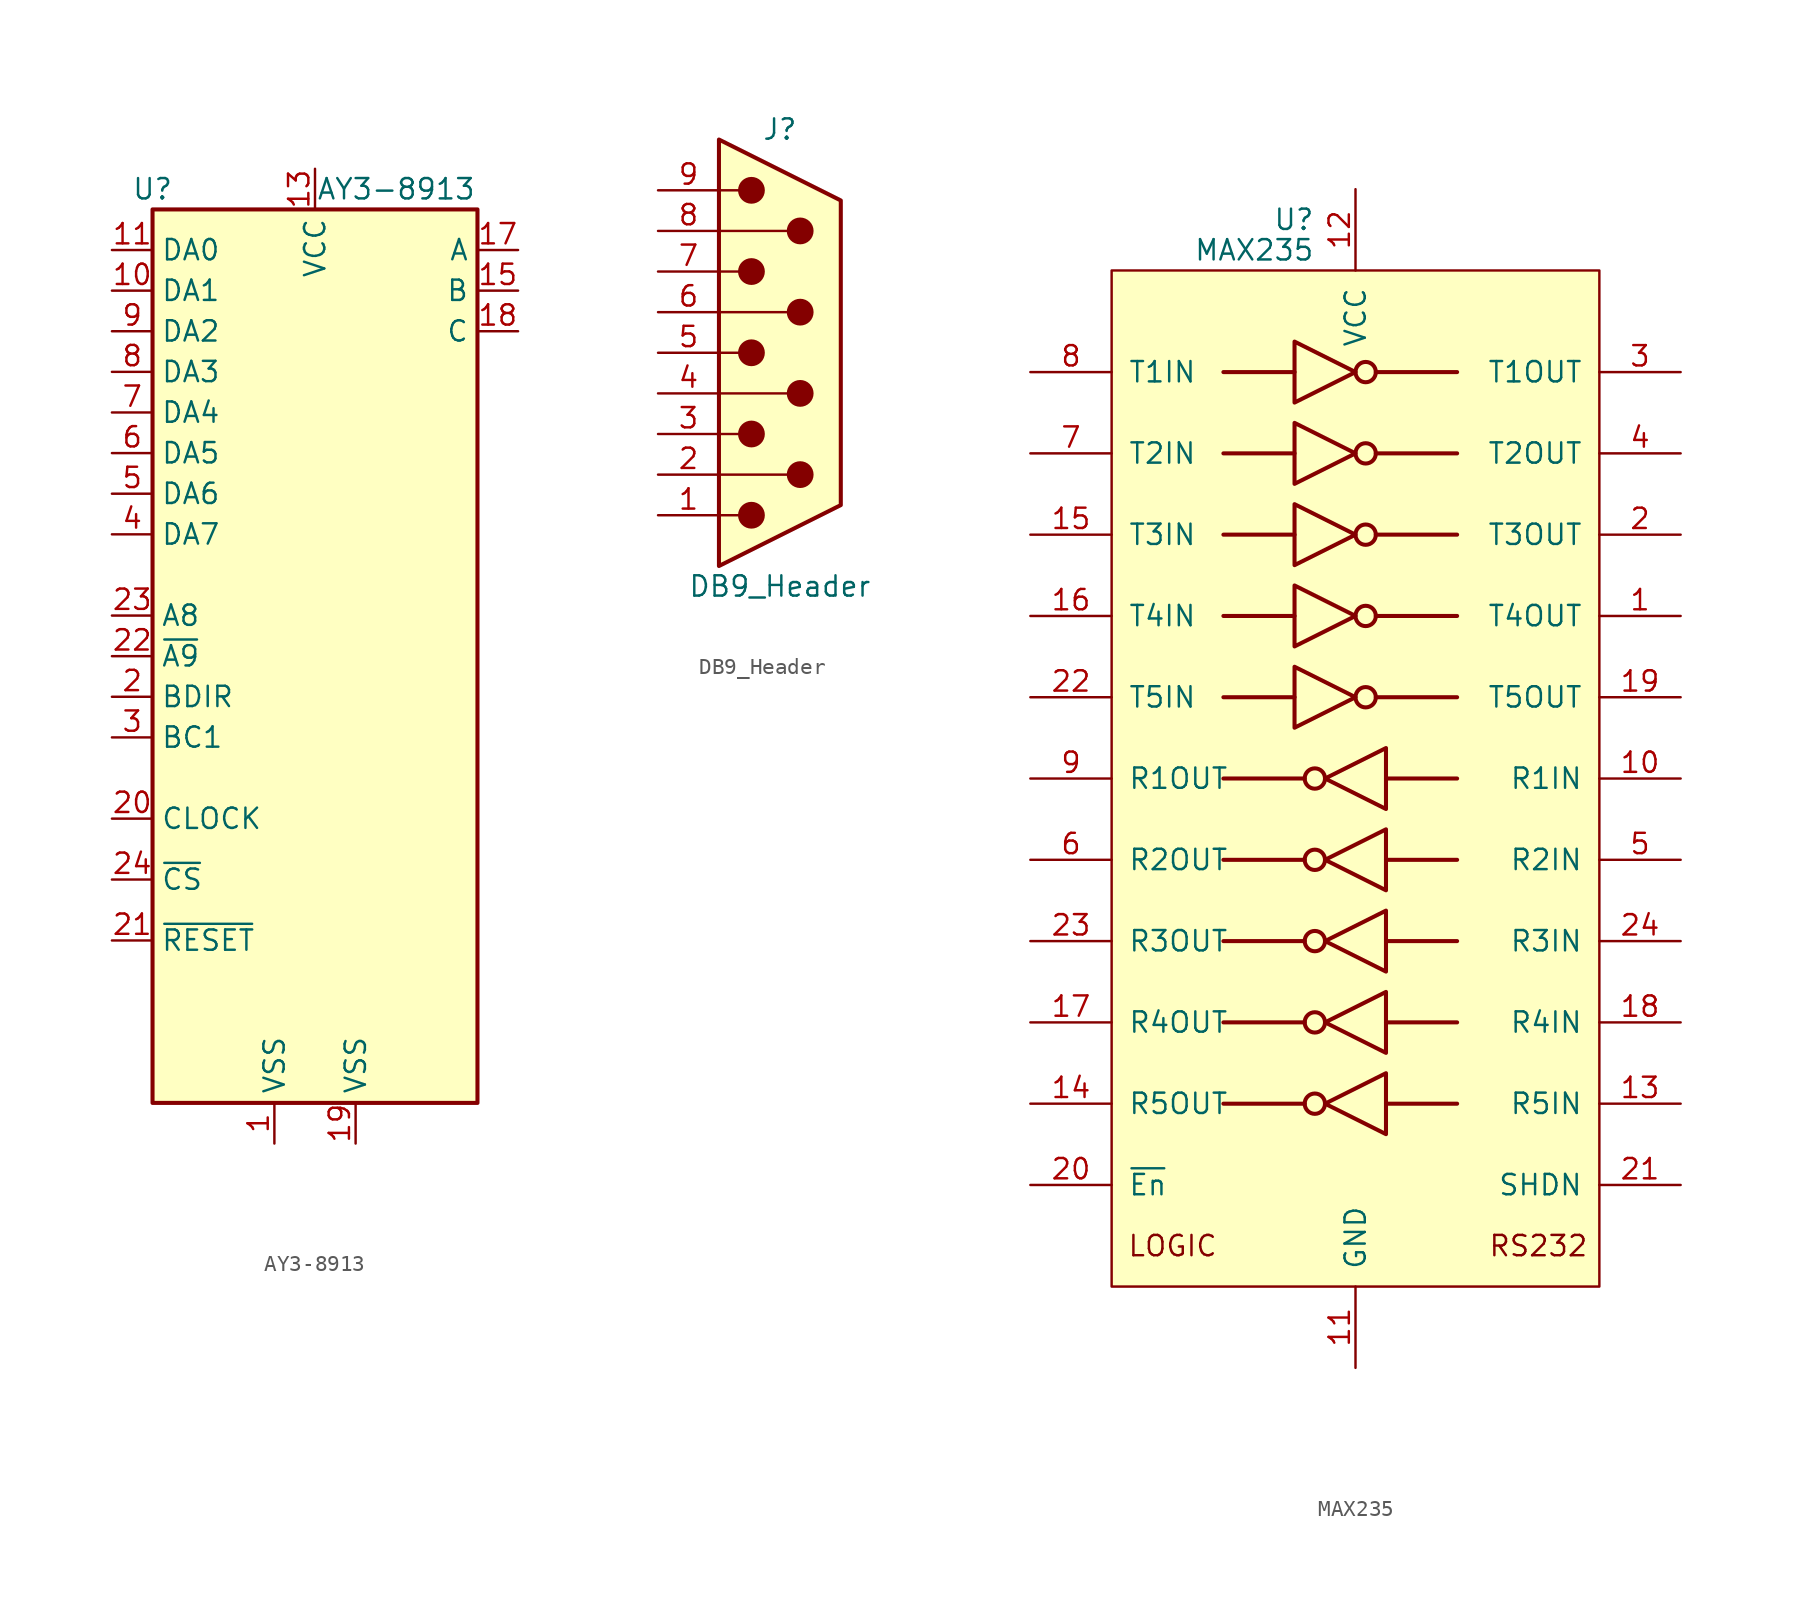
<source format=kicad_sym>
(kicad_symbol_lib
  (version 20211014)
  (generator kicad_symbol_editor)
  (symbol "AY3-8913"
    (property "Reference" "U"
      (at -10.16 29.21 0)
      (effects (font (size 1.27 1.27))))
    (property "Value" "AY3-8913"
      (at 5.08 29.21 0)
      (effects (font (size 1.27 1.27))))
    (symbol "AY3-8913_0_1"
      (rectangle (start -10.16 27.94) (end 10.16 -27.94) (stroke (width 0.254) (type default) (color 0 0 0 0)) (fill (type background))))
    (symbol "AY3-8913_1_1"
      (pin power_out line (at -2.54 -30.48 90) (length 2.54) (name "VSS" (effects (font (size 1.27 1.27)))) (number "1" (effects (font (size 1.27 1.27)))))
      (pin bidirectional line (at -12.7 22.86 0) (length 2.54) (name "DA1" (effects (font (size 1.27 1.27)))) (number "10" (effects (font (size 1.27 1.27)))))
      (pin bidirectional line (at -12.7 25.4 0) (length 2.54) (name "DA0" (effects (font (size 1.27 1.27)))) (number "11" (effects (font (size 1.27 1.27)))))
      (pin no_connect line (at -10.16 -7.62 0) (length 2.54) hide (name "NC" (effects (font (size 1.27 1.27)))) (number "12" (effects (font (size 1.27 1.27)))))
      (pin power_in line (at 0 30.48 270) (length 2.54) (name "VCC" (effects (font (size 1.27 1.27)))) (number "13" (effects (font (size 1.27 1.27)))))
      (pin no_connect line (at -10.16 -22.86 0) (length 2.54) hide (name "NC" (effects (font (size 1.27 1.27)))) (number "14" (effects (font (size 1.27 1.27)))))
      (pin no_connect line (at -10.16 -20.32 0) (length 2.54) hide (name "NC" (effects (font (size 1.27 1.27)))) (number "14" (effects (font (size 1.27 1.27)))))
      (pin output line (at 12.7 22.86 180) (length 2.54) (name "B" (effects (font (size 1.27 1.27)))) (number "15" (effects (font (size 1.27 1.27)))))
      (pin no_connect line (at -10.16 5.08 0) (length 2.54) hide (name "NC" (effects (font (size 1.27 1.27)))) (number "16" (effects (font (size 1.27 1.27)))))
      (pin output line (at 12.7 25.4 180) (length 2.54) (name "A" (effects (font (size 1.27 1.27)))) (number "17" (effects (font (size 1.27 1.27)))))
      (pin output line (at 12.7 20.32 180) (length 2.54) (name "C" (effects (font (size 1.27 1.27)))) (number "18" (effects (font (size 1.27 1.27)))))
      (pin power_out line (at 2.54 -30.48 90) (length 2.54) (name "VSS" (effects (font (size 1.27 1.27)))) (number "19" (effects (font (size 1.27 1.27)))))
      (pin input line (at -12.7 -2.54 0) (length 2.54) (name "BDIR" (effects (font (size 1.27 1.27)))) (number "2" (effects (font (size 1.27 1.27)))))
      (pin input line (at -12.7 -10.16 0) (length 2.54) (name "CLOCK" (effects (font (size 1.27 1.27)))) (number "20" (effects (font (size 1.27 1.27)))))
      (pin input line (at -12.7 -17.78 0) (length 2.54) (name "~{RESET}" (effects (font (size 1.27 1.27)))) (number "21" (effects (font (size 1.27 1.27)))))
      (pin input line (at -12.7 0 0) (length 2.54) (name "~{A9}" (effects (font (size 1.27 1.27)))) (number "22" (effects (font (size 1.27 1.27)))))
      (pin input line (at -12.7 2.54 0) (length 2.54) (name "A8" (effects (font (size 1.27 1.27)))) (number "23" (effects (font (size 1.27 1.27)))))
      (pin input line (at -12.7 -13.97 0) (length 2.54) (name "~{CS}" (effects (font (size 1.27 1.27)))) (number "24" (effects (font (size 1.27 1.27)))))
      (pin input line (at -12.7 -5.08 0) (length 2.54) (name "BC1" (effects (font (size 1.27 1.27)))) (number "3" (effects (font (size 1.27 1.27)))))
      (pin bidirectional line (at -12.7 7.62 0) (length 2.54) (name "DA7" (effects (font (size 1.27 1.27)))) (number "4" (effects (font (size 1.27 1.27)))))
      (pin bidirectional line (at -12.7 10.16 0) (length 2.54) (name "DA6" (effects (font (size 1.27 1.27)))) (number "5" (effects (font (size 1.27 1.27)))))
      (pin bidirectional line (at -12.7 12.7 0) (length 2.54) (name "DA5" (effects (font (size 1.27 1.27)))) (number "6" (effects (font (size 1.27 1.27)))))
      (pin bidirectional line (at -12.7 15.24 0) (length 2.54) (name "DA4" (effects (font (size 1.27 1.27)))) (number "7" (effects (font (size 1.27 1.27)))))
      (pin bidirectional line (at -12.7 17.78 0) (length 2.54) (name "DA3" (effects (font (size 1.27 1.27)))) (number "8" (effects (font (size 1.27 1.27)))))
      (pin bidirectional line (at -12.7 20.32 0) (length 2.54) (name "DA2" (effects (font (size 1.27 1.27)))) (number "9" (effects (font (size 1.27 1.27)))))))
  (symbol "DB9_Header"
    (pin_names
      (offset 1.016) hide)
    (property "Reference" "J"
      (at 0 13.97 0)
      (effects (font (size 1.27 1.27))))
    (property "Value" "DB9_Header"
      (at 0 -14.605 0)
      (effects (font (size 1.27 1.27))))
    (symbol "DB9_Header_0_1"
      (circle (center -1.778 -10.16) (radius 0.762) (stroke (width 0) (type default) (color 0 0 0 0)) (fill (type outline)))
      (circle (center -1.778 -5.08) (radius 0.762) (stroke (width 0) (type default) (color 0 0 0 0)) (fill (type outline)))
      (circle (center -1.778 0) (radius 0.762) (stroke (width 0) (type default) (color 0 0 0 0)) (fill (type outline)))
      (circle (center -1.778 5.08) (radius 0.762) (stroke (width 0) (type default) (color 0 0 0 0)) (fill (type outline)))
      (circle (center -1.778 10.16) (radius 0.762) (stroke (width 0) (type default) (color 0 0 0 0)) (fill (type outline)))
      (polyline (pts (xy -3.81 -10.16) (xy -2.54 -10.16)) (stroke (width 0) (type default) (color 0 0 0 0)) (fill (type none)))
      (polyline (pts (xy -3.81 -7.62) (xy 0.508 -7.62)) (stroke (width 0) (type default) (color 0 0 0 0)) (fill (type none)))
      (polyline (pts (xy -3.81 -5.08) (xy -2.54 -5.08)) (stroke (width 0) (type default) (color 0 0 0 0)) (fill (type none)))
      (polyline (pts (xy -3.81 -2.54) (xy 0.508 -2.54)) (stroke (width 0) (type default) (color 0 0 0 0)) (fill (type none)))
      (polyline (pts (xy -3.81 0) (xy -2.54 0)) (stroke (width 0) (type default) (color 0 0 0 0)) (fill (type none)))
      (polyline (pts (xy -3.81 2.54) (xy 0.508 2.54)) (stroke (width 0) (type default) (color 0 0 0 0)) (fill (type none)))
      (polyline (pts (xy -3.81 5.08) (xy -2.54 5.08)) (stroke (width 0) (type default) (color 0 0 0 0)) (fill (type none)))
      (polyline (pts (xy -3.81 7.62) (xy 0.508 7.62)) (stroke (width 0) (type default) (color 0 0 0 0)) (fill (type none)))
      (polyline (pts (xy -3.81 10.16) (xy -2.54 10.16)) (stroke (width 0) (type default) (color 0 0 0 0)) (fill (type none)))
      (polyline (pts (xy -3.81 -13.335) (xy -3.81 13.335) (xy 3.81 9.525) (xy 3.81 -9.525) (xy -3.81 -13.335)) (stroke (width 0.254) (type default) (color 0 0 0 0)) (fill (type background)))
      (circle (center 1.27 -7.62) (radius 0.762) (stroke (width 0) (type default) (color 0 0 0 0)) (fill (type outline)))
      (circle (center 1.27 -2.54) (radius 0.762) (stroke (width 0) (type default) (color 0 0 0 0)) (fill (type outline)))
      (circle (center 1.27 2.54) (radius 0.762) (stroke (width 0) (type default) (color 0 0 0 0)) (fill (type outline)))
      (circle (center 1.27 7.62) (radius 0.762) (stroke (width 0) (type default) (color 0 0 0 0)) (fill (type outline))))
    (symbol "DB9_Header_1_1"
      (pin passive line (at -7.62 -10.16 0) (length 3.81) (name "1" (effects (font (size 1.27 1.27)))) (number "1" (effects (font (size 1.27 1.27)))))
      (pin passive line (at -7.62 -7.62 0) (length 3.81) (name "6" (effects (font (size 1.27 1.27)))) (number "2" (effects (font (size 1.27 1.27)))))
      (pin passive line (at -7.62 -5.08 0) (length 3.81) (name "2" (effects (font (size 1.27 1.27)))) (number "3" (effects (font (size 1.27 1.27)))))
      (pin passive line (at -7.62 -2.54 0) (length 3.81) (name "7" (effects (font (size 1.27 1.27)))) (number "4" (effects (font (size 1.27 1.27)))))
      (pin passive line (at -7.62 0 0) (length 3.81) (name "3" (effects (font (size 1.27 1.27)))) (number "5" (effects (font (size 1.27 1.27)))))
      (pin passive line (at -7.62 2.54 0) (length 3.81) (name "8" (effects (font (size 1.27 1.27)))) (number "6" (effects (font (size 1.27 1.27)))))
      (pin passive line (at -7.62 5.08 0) (length 3.81) (name "4" (effects (font (size 1.27 1.27)))) (number "7" (effects (font (size 1.27 1.27)))))
      (pin passive line (at -7.62 7.62 0) (length 3.81) (name "9" (effects (font (size 1.27 1.27)))) (number "8" (effects (font (size 1.27 1.27)))))
      (pin passive line (at -7.62 10.16 0) (length 3.81) (name "5" (effects (font (size 1.27 1.27)))) (number "9" (effects (font (size 1.27 1.27)))))))
  (symbol "MAX235"
    (pin_names
      (offset 1.016))
    (property "Reference" "U"
      (at -2.54 28.575 0)
      (effects (font (size 1.27 1.27)) (justify right)))
    (property "Value" "MAX235"
      (at -2.54 26.67 0)
      (effects (font (size 1.27 1.27)) (justify right)))
    (symbol "MAX235_0_0"
      (text "LOGIC" (at -11.43 -35.56 0) (effects (font (size 1.27 1.27))))
      (text "RS232" (at 11.43 -35.56 0) (effects (font (size 1.27 1.27)))))
    (symbol "MAX235_0_1"
      (circle (center -2.54 -11.43) (radius 0.635) (stroke (width 0.254) (type default) (color 0 0 0 0)) (fill (type none)))
      (circle (center -2.54 -6.35) (radius 0.635) (stroke (width 0.254) (type default) (color 0 0 0 0)) (fill (type none)))
      (polyline (pts (xy -3.81 13.97) (xy -8.255 13.97)) (stroke (width 0.254) (type default) (color 0 0 0 0)) (fill (type none)))
      (polyline (pts (xy -3.81 19.05) (xy -8.255 19.05)) (stroke (width 0.254) (type default) (color 0 0 0 0)) (fill (type none)))
      (polyline (pts (xy -3.175 -11.43) (xy -8.255 -11.43)) (stroke (width 0.254) (type default) (color 0 0 0 0)) (fill (type none)))
      (polyline (pts (xy -3.175 -6.35) (xy -8.255 -6.35)) (stroke (width 0.254) (type default) (color 0 0 0 0)) (fill (type none)))
      (polyline (pts (xy 1.27 13.97) (xy 6.35 13.97)) (stroke (width 0.254) (type default) (color 0 0 0 0)) (fill (type none)))
      (polyline (pts (xy 1.27 19.05) (xy 6.35 19.05)) (stroke (width 0.254) (type default) (color 0 0 0 0)) (fill (type none)))
      (polyline (pts (xy 1.905 -11.43) (xy 6.35 -11.43)) (stroke (width 0.254) (type default) (color 0 0 0 0)) (fill (type none)))
      (polyline (pts (xy 1.905 -6.35) (xy 6.35 -6.35)) (stroke (width 0.254) (type default) (color 0 0 0 0)) (fill (type none)))
      (polyline (pts (xy -3.81 15.875) (xy -3.81 12.065) (xy 0 13.97) (xy -3.81 15.875)) (stroke (width 0.254) (type default) (color 0 0 0 0)) (fill (type none)))
      (polyline (pts (xy -3.81 20.955) (xy -3.81 17.145) (xy 0 19.05) (xy -3.81 20.955)) (stroke (width 0.254) (type default) (color 0 0 0 0)) (fill (type none)))
      (polyline (pts (xy 1.905 -9.525) (xy 1.905 -13.335) (xy -1.905 -11.43) (xy 1.905 -9.525)) (stroke (width 0.254) (type default) (color 0 0 0 0)) (fill (type none)))
      (polyline (pts (xy 1.905 -4.445) (xy 1.905 -8.255) (xy -1.905 -6.35) (xy 1.905 -4.445)) (stroke (width 0.254) (type default) (color 0 0 0 0)) (fill (type none)))
      (circle (center 0.635 13.97) (radius 0.635) (stroke (width 0.254) (type default) (color 0 0 0 0)) (fill (type none)))
      (circle (center 0.635 19.05) (radius 0.635) (stroke (width 0.254) (type default) (color 0 0 0 0)) (fill (type none)))
      (rectangle (start 15.24 25.4) (end -15.24 -38.1) (stroke (width 0) (type default) (color 0 0 0 0)) (fill (type background))))
    (symbol "MAX235_1_1"
      (circle (center -2.54 -26.67) (radius 0.635) (stroke (width 0.254) (type default) (color 0 0 0 0)) (fill (type none)))
      (circle (center -2.54 -21.59) (radius 0.635) (stroke (width 0.254) (type default) (color 0 0 0 0)) (fill (type none)))
      (circle (center -2.54 -16.51) (radius 0.635) (stroke (width 0.254) (type default) (color 0 0 0 0)) (fill (type none)))
      (polyline (pts (xy -3.81 -1.27) (xy -8.255 -1.27)) (stroke (width 0.254) (type default) (color 0 0 0 0)) (fill (type none)))
      (polyline (pts (xy -3.81 3.81) (xy -8.255 3.81)) (stroke (width 0.254) (type default) (color 0 0 0 0)) (fill (type none)))
      (polyline (pts (xy -3.81 8.89) (xy -8.255 8.89)) (stroke (width 0.254) (type default) (color 0 0 0 0)) (fill (type none)))
      (polyline (pts (xy -3.175 -26.67) (xy -8.255 -26.67)) (stroke (width 0.254) (type default) (color 0 0 0 0)) (fill (type none)))
      (polyline (pts (xy -3.175 -21.59) (xy -8.255 -21.59)) (stroke (width 0.254) (type default) (color 0 0 0 0)) (fill (type none)))
      (polyline (pts (xy -3.175 -16.51) (xy -8.255 -16.51)) (stroke (width 0.254) (type default) (color 0 0 0 0)) (fill (type none)))
      (polyline (pts (xy 1.27 -1.27) (xy 6.35 -1.27)) (stroke (width 0.254) (type default) (color 0 0 0 0)) (fill (type none)))
      (polyline (pts (xy 1.27 3.81) (xy 6.35 3.81)) (stroke (width 0.254) (type default) (color 0 0 0 0)) (fill (type none)))
      (polyline (pts (xy 1.27 8.89) (xy 6.35 8.89)) (stroke (width 0.254) (type default) (color 0 0 0 0)) (fill (type none)))
      (polyline (pts (xy 1.905 -26.67) (xy 6.35 -26.67)) (stroke (width 0.254) (type default) (color 0 0 0 0)) (fill (type none)))
      (polyline (pts (xy 1.905 -21.59) (xy 6.35 -21.59)) (stroke (width 0.254) (type default) (color 0 0 0 0)) (fill (type none)))
      (polyline (pts (xy 1.905 -16.51) (xy 6.35 -16.51)) (stroke (width 0.254) (type default) (color 0 0 0 0)) (fill (type none)))
      (polyline (pts (xy -3.81 0.635) (xy -3.81 -3.175) (xy 0 -1.27) (xy -3.81 0.635)) (stroke (width 0.254) (type default) (color 0 0 0 0)) (fill (type none)))
      (polyline (pts (xy -3.81 5.715) (xy -3.81 1.905) (xy 0 3.81) (xy -3.81 5.715)) (stroke (width 0.254) (type default) (color 0 0 0 0)) (fill (type none)))
      (polyline (pts (xy -3.81 10.795) (xy -3.81 6.985) (xy 0 8.89) (xy -3.81 10.795)) (stroke (width 0.254) (type default) (color 0 0 0 0)) (fill (type none)))
      (polyline (pts (xy 1.905 -24.765) (xy 1.905 -28.575) (xy -1.905 -26.67) (xy 1.905 -24.765)) (stroke (width 0.254) (type default) (color 0 0 0 0)) (fill (type none)))
      (polyline (pts (xy 1.905 -19.685) (xy 1.905 -23.495) (xy -1.905 -21.59) (xy 1.905 -19.685)) (stroke (width 0.254) (type default) (color 0 0 0 0)) (fill (type none)))
      (polyline (pts (xy 1.905 -14.605) (xy 1.905 -18.415) (xy -1.905 -16.51) (xy 1.905 -14.605)) (stroke (width 0.254) (type default) (color 0 0 0 0)) (fill (type none)))
      (circle (center 0.635 -1.27) (radius 0.635) (stroke (width 0.254) (type default) (color 0 0 0 0)) (fill (type none)))
      (circle (center 0.635 3.81) (radius 0.635) (stroke (width 0.254) (type default) (color 0 0 0 0)) (fill (type none)))
      (circle (center 0.635 8.89) (radius 0.635) (stroke (width 0.254) (type default) (color 0 0 0 0)) (fill (type none)))
      (pin output line (at 20.32 3.81 180) (length 5.08) (name "T4OUT" (effects (font (size 1.27 1.27)))) (number "1" (effects (font (size 1.27 1.27)))))
      (pin input line (at 20.32 -6.35 180) (length 5.08) (name "R1IN" (effects (font (size 1.27 1.27)))) (number "10" (effects (font (size 1.27 1.27)))))
      (pin power_in line (at 0 -43.18 90) (length 5.08) (name "GND" (effects (font (size 1.27 1.27)))) (number "11" (effects (font (size 1.27 1.27)))))
      (pin power_in line (at 0 30.48 270) (length 5.08) (name "VCC" (effects (font (size 1.27 1.27)))) (number "12" (effects (font (size 1.27 1.27)))))
      (pin input line (at 20.32 -26.67 180) (length 5.08) (name "R5IN" (effects (font (size 1.27 1.27)))) (number "13" (effects (font (size 1.27 1.27)))))
      (pin output line (at -20.32 -26.67 0) (length 5.08) (name "R5OUT" (effects (font (size 1.27 1.27)))) (number "14" (effects (font (size 1.27 1.27)))))
      (pin input line (at -20.32 8.89 0) (length 5.08) (name "T3IN" (effects (font (size 1.27 1.27)))) (number "15" (effects (font (size 1.27 1.27)))))
      (pin input line (at -20.32 3.81 0) (length 5.08) (name "T4IN" (effects (font (size 1.27 1.27)))) (number "16" (effects (font (size 1.27 1.27)))))
      (pin output line (at -20.32 -21.59 0) (length 5.08) (name "R4OUT" (effects (font (size 1.27 1.27)))) (number "17" (effects (font (size 1.27 1.27)))))
      (pin input line (at 20.32 -21.59 180) (length 5.08) (name "R4IN" (effects (font (size 1.27 1.27)))) (number "18" (effects (font (size 1.27 1.27)))))
      (pin output line (at 20.32 -1.27 180) (length 5.08) (name "T5OUT" (effects (font (size 1.27 1.27)))) (number "19" (effects (font (size 1.27 1.27)))))
      (pin output line (at 20.32 8.89 180) (length 5.08) (name "T3OUT" (effects (font (size 1.27 1.27)))) (number "2" (effects (font (size 1.27 1.27)))))
      (pin input line (at -20.32 -31.75 0) (length 5.08) (name "~{En}" (effects (font (size 1.27 1.27)))) (number "20" (effects (font (size 1.27 1.27)))))
      (pin input line (at 20.32 -31.75 180) (length 5.08) (name "SHDN" (effects (font (size 1.27 1.27)))) (number "21" (effects (font (size 1.27 1.27)))))
      (pin input line (at -20.32 -1.27 0) (length 5.08) (name "T5IN" (effects (font (size 1.27 1.27)))) (number "22" (effects (font (size 1.27 1.27)))))
      (pin output line (at -20.32 -16.51 0) (length 5.08) (name "R3OUT" (effects (font (size 1.27 1.27)))) (number "23" (effects (font (size 1.27 1.27)))))
      (pin input line (at 20.32 -16.51 180) (length 5.08) (name "R3IN" (effects (font (size 1.27 1.27)))) (number "24" (effects (font (size 1.27 1.27)))))
      (pin output line (at 20.32 19.05 180) (length 5.08) (name "T1OUT" (effects (font (size 1.27 1.27)))) (number "3" (effects (font (size 1.27 1.27)))))
      (pin output line (at 20.32 13.97 180) (length 5.08) (name "T2OUT" (effects (font (size 1.27 1.27)))) (number "4" (effects (font (size 1.27 1.27)))))
      (pin input line (at 20.32 -11.43 180) (length 5.08) (name "R2IN" (effects (font (size 1.27 1.27)))) (number "5" (effects (font (size 1.27 1.27)))))
      (pin output line (at -20.32 -11.43 0) (length 5.08) (name "R2OUT" (effects (font (size 1.27 1.27)))) (number "6" (effects (font (size 1.27 1.27)))))
      (pin input line (at -20.32 13.97 0) (length 5.08) (name "T2IN" (effects (font (size 1.27 1.27)))) (number "7" (effects (font (size 1.27 1.27)))))
      (pin input line (at -20.32 19.05 0) (length 5.08) (name "T1IN" (effects (font (size 1.27 1.27)))) (number "8" (effects (font (size 1.27 1.27)))))
      (pin output line (at -20.32 -6.35 0) (length 5.08) (name "R1OUT" (effects (font (size 1.27 1.27)))) (number "9" (effects (font (size 1.27 1.27))))))))
</source>
